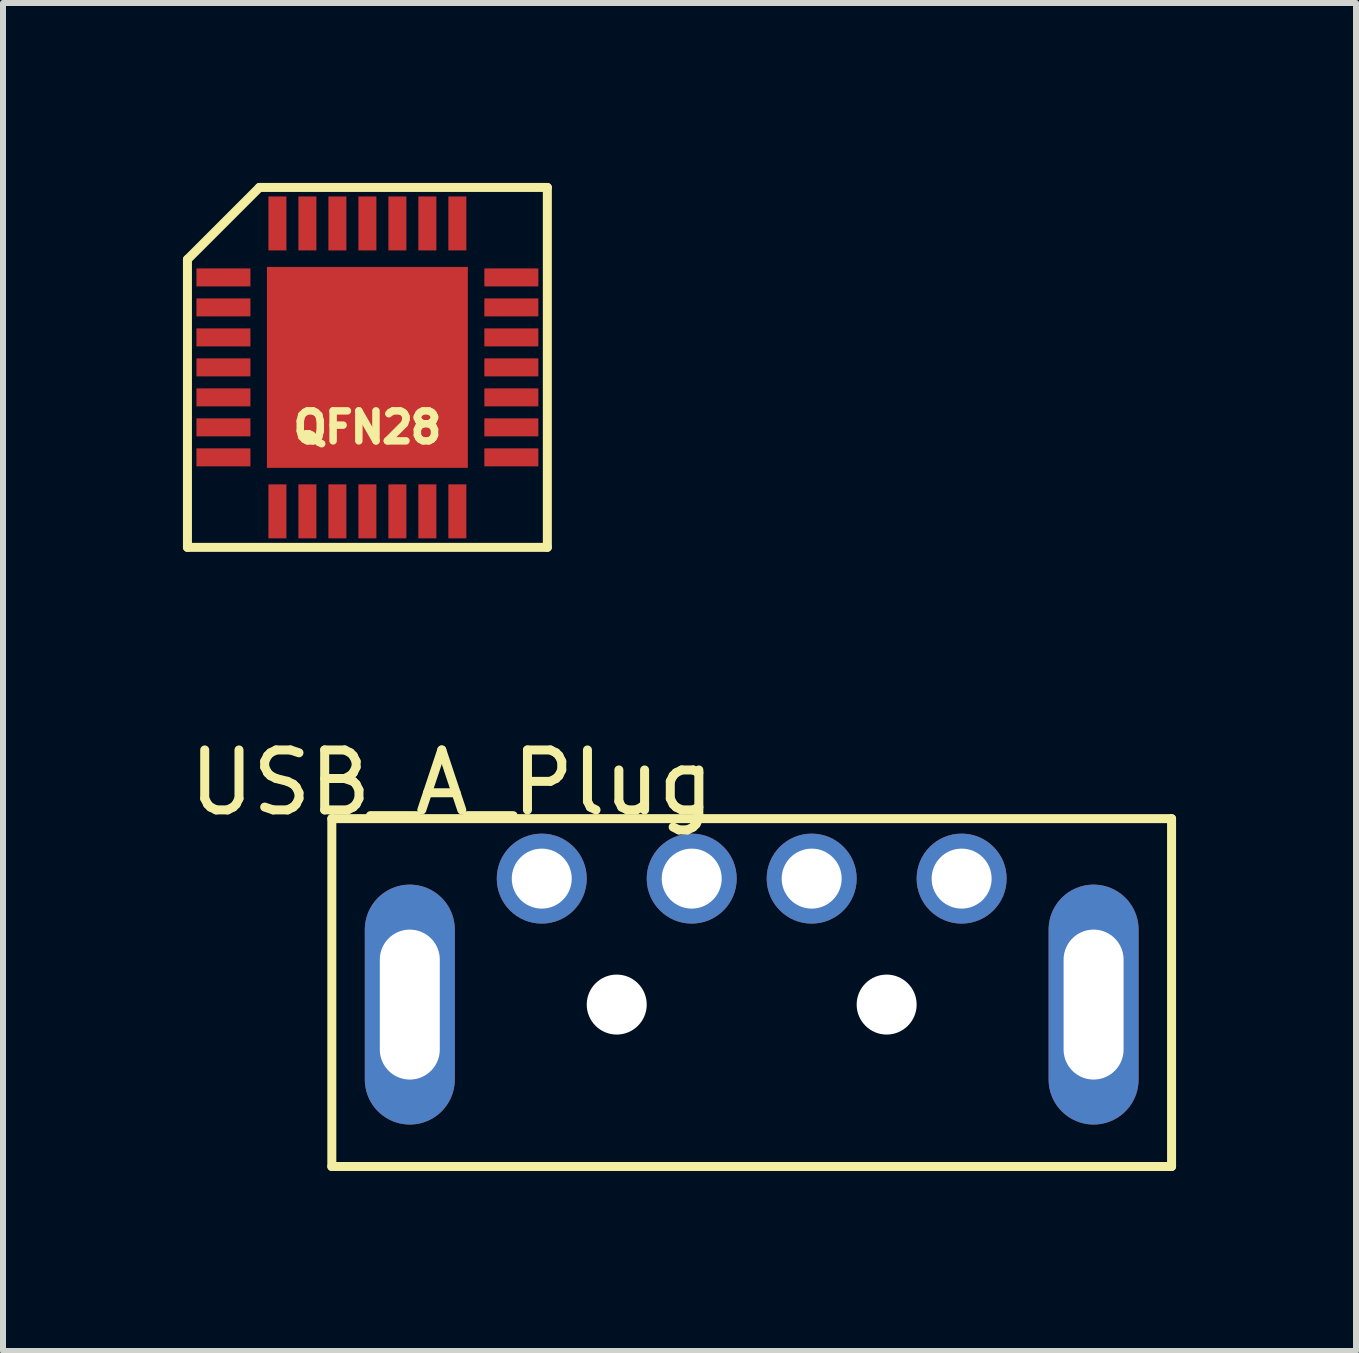
<source format=kicad_pcb>
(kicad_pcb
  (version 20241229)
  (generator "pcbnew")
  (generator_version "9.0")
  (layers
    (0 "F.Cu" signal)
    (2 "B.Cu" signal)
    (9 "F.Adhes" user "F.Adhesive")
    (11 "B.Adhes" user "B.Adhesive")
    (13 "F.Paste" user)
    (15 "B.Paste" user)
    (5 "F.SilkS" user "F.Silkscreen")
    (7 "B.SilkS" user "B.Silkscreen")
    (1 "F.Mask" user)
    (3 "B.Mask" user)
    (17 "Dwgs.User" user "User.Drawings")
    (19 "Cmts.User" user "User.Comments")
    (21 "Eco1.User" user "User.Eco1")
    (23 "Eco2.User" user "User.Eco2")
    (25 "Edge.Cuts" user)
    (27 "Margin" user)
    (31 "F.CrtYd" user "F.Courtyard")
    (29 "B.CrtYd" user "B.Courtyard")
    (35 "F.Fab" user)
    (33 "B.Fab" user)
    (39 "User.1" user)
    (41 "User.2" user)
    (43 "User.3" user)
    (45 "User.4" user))
  (footprint "QFN28"
    (layer "F.Cu")
    (at 3.075 3.075)
    (property "Reference" "QFN28" (at 0 1 0) (layer "F.SilkS") (effects (font (size 0.5 0.5) (thickness 0.125))))
    (attr through_hole)
    (fp_line (start -3 -1.8) (end -1.8 -3) (stroke (width 0.15) (type solid)) (layer "F.SilkS"))
    (fp_line (start -3 3) (end -3 -1.8) (stroke (width 0.15) (type solid)) (layer "F.SilkS"))
    (fp_line (start -1.8 -3) (end 3 -3) (stroke (width 0.15) (type solid)) (layer "F.SilkS"))
    (fp_line (start 3 -3) (end 3 3) (stroke (width 0.15) (type solid)) (layer "F.SilkS"))
    (fp_line (start 3 3) (end -3 3) (stroke (width 0.15) (type solid)) (layer "F.SilkS"))
    (pad "1" smd rect (at -2.4 -1.5) (size 0.9 0.3) (layers "F.Cu" "F.Mask" "F.Paste"))
    (pad "2" smd rect (at -2.4 -1) (size 0.9 0.3) (layers "F.Cu" "F.Mask" "F.Paste"))
    (pad "3" smd rect (at -2.4 -0.5) (size 0.9 0.3) (layers "F.Cu" "F.Mask" "F.Paste"))
    (pad "4" smd rect (at -2.4 0) (size 0.9 0.3) (layers "F.Cu" "F.Mask" "F.Paste"))
    (pad "5" smd rect (at -2.4 0.5) (size 0.9 0.3) (layers "F.Cu" "F.Mask" "F.Paste"))
    (pad "6" smd rect (at -2.4 1) (size 0.9 0.3) (layers "F.Cu" "F.Mask" "F.Paste"))
    (pad "7" smd rect (at -2.4 1.5) (size 0.9 0.3) (layers "F.Cu" "F.Mask" "F.Paste"))
    (pad "8" smd rect (at -1.5 2.4) (size 0.3 0.9) (layers "F.Cu" "F.Mask" "F.Paste"))
    (pad "9" smd rect (at -1 2.4) (size 0.3 0.9) (layers "F.Cu" "F.Mask" "F.Paste"))
    (pad "10" smd rect (at -0.5 2.4) (size 0.3 0.9) (layers "F.Cu" "F.Mask" "F.Paste"))
    (pad "11" smd rect (at 0 2.4) (size 0.3 0.9) (layers "F.Cu" "F.Mask" "F.Paste"))
    (pad "12" smd rect (at 0.5 2.4) (size 0.3 0.9) (layers "F.Cu" "F.Mask" "F.Paste"))
    (pad "13" smd rect (at 1 2.4) (size 0.3 0.9) (layers "F.Cu" "F.Mask" "F.Paste"))
    (pad "14" smd rect (at 1.5 2.4) (size 0.3 0.9) (layers "F.Cu" "F.Mask" "F.Paste"))
    (pad "15" smd rect (at 2.4 1.5) (size 0.9 0.3) (layers "F.Cu" "F.Mask" "F.Paste"))
    (pad "16" smd rect (at 2.4 1) (size 0.9 0.3) (layers "F.Cu" "F.Mask" "F.Paste"))
    (pad "17" smd rect (at 2.4 0.5) (size 0.9 0.3) (layers "F.Cu" "F.Mask" "F.Paste"))
    (pad "18" smd rect (at 2.4 0) (size 0.9 0.3) (layers "F.Cu" "F.Mask" "F.Paste"))
    (pad "19" smd rect (at 2.4 -0.5) (size 0.9 0.3) (layers "F.Cu" "F.Mask" "F.Paste"))
    (pad "20" smd rect (at 2.4 -1) (size 0.9 0.3) (layers "F.Cu" "F.Mask" "F.Paste"))
    (pad "21" smd rect (at 2.4 -1.5) (size 0.9 0.3) (layers "F.Cu" "F.Mask" "F.Paste"))
    (pad "22" smd rect (at 1.5 -2.4) (size 0.3 0.9) (layers "F.Cu" "F.Mask" "F.Paste"))
    (pad "23" smd rect (at 1 -2.4) (size 0.3 0.9) (layers "F.Cu" "F.Mask" "F.Paste"))
    (pad "24" smd rect (at 0.5 -2.4) (size 0.3 0.9) (layers "F.Cu" "F.Mask" "F.Paste"))
    (pad "25" smd rect (at 0 -2.4) (size 0.3 0.9) (layers "F.Cu" "F.Mask" "F.Paste"))
    (pad "26" smd rect (at -0.5 -2.4) (size 0.3 0.9) (layers "F.Cu" "F.Mask" "F.Paste"))
    (pad "27" smd rect (at -1 -2.4) (size 0.3 0.9) (layers "F.Cu" "F.Mask" "F.Paste"))
    (pad "28" smd rect (at -1.5 -2.4) (size 0.3 0.9) (layers "F.Cu" "F.Mask" "F.Paste"))
    (pad "29" smd rect (at 0 0) (size 3.35 3.35) (layers "F.Cu" "F.Mask" "F.Paste")))
  (footprint "USB_A_Plug"
    (layer "F.Cu")
    (at 9.482 11.598)
    (property "Reference" "USB_A_Plug" (at -5 -1.6 0) (layer "F.SilkS") (effects (font (size 1 1) (thickness 0.15))))
    (attr through_hole)
    (fp_line (start -7 -1) (end 7 -1) (stroke (width 0.15) (type solid)) (layer "F.SilkS"))
    (fp_line (start -7 4.8) (end -7 -1) (stroke (width 0.15) (type solid)) (layer "F.SilkS"))
    (fp_line (start 7 -1) (end 7 4.8) (stroke (width 0.15) (type solid)) (layer "F.SilkS"))
    (fp_line (start 7 4.8) (end -7 4.8) (stroke (width 0.15) (type solid)) (layer "F.SilkS"))
    (pad "" np_thru_hole circle (at -2.25 2.1 270) (size 1 1) (drill 1) (layers "*.Cu" "*.Mask"))
    (pad "" np_thru_hole circle (at 2.25 2.1 270) (size 1 1) (drill 1) (layers "*.Cu" "*.Mask"))
    (pad "1" thru_hole circle (at 3.5 0 270) (size 1.5 1.5) (drill 1) (layers "*.Cu" "*.Mask"))
    (pad "2" thru_hole circle (at 1 0 270) (size 1.5 1.5) (drill 1) (layers "*.Cu" "*.Mask"))
    (pad "3" thru_hole circle (at -1 0 270) (size 1.5 1.5) (drill 1) (layers "*.Cu" "*.Mask"))
    (pad "4" thru_hole circle (at -3.5 0 270) (size 1.5 1.5) (drill 1) (layers "*.Cu" "*.Mask"))
    (pad "5" thru_hole oval (at -5.7 2.1 270) (size 4 1.5) (drill oval 2.5 1) (layers "*.Cu" "*.Mask"))
    (pad "5" thru_hole oval (at 5.7 2.1 270) (size 4 1.5) (drill oval 2.5 1) (layers "*.Cu" "*.Mask")))
  (gr_rect
    (start -3 -3)
    (end 19.557 19.473)
    (stroke (width 0.1) (type default))
    (fill no)
    (layer "Edge.Cuts")))
</source>
